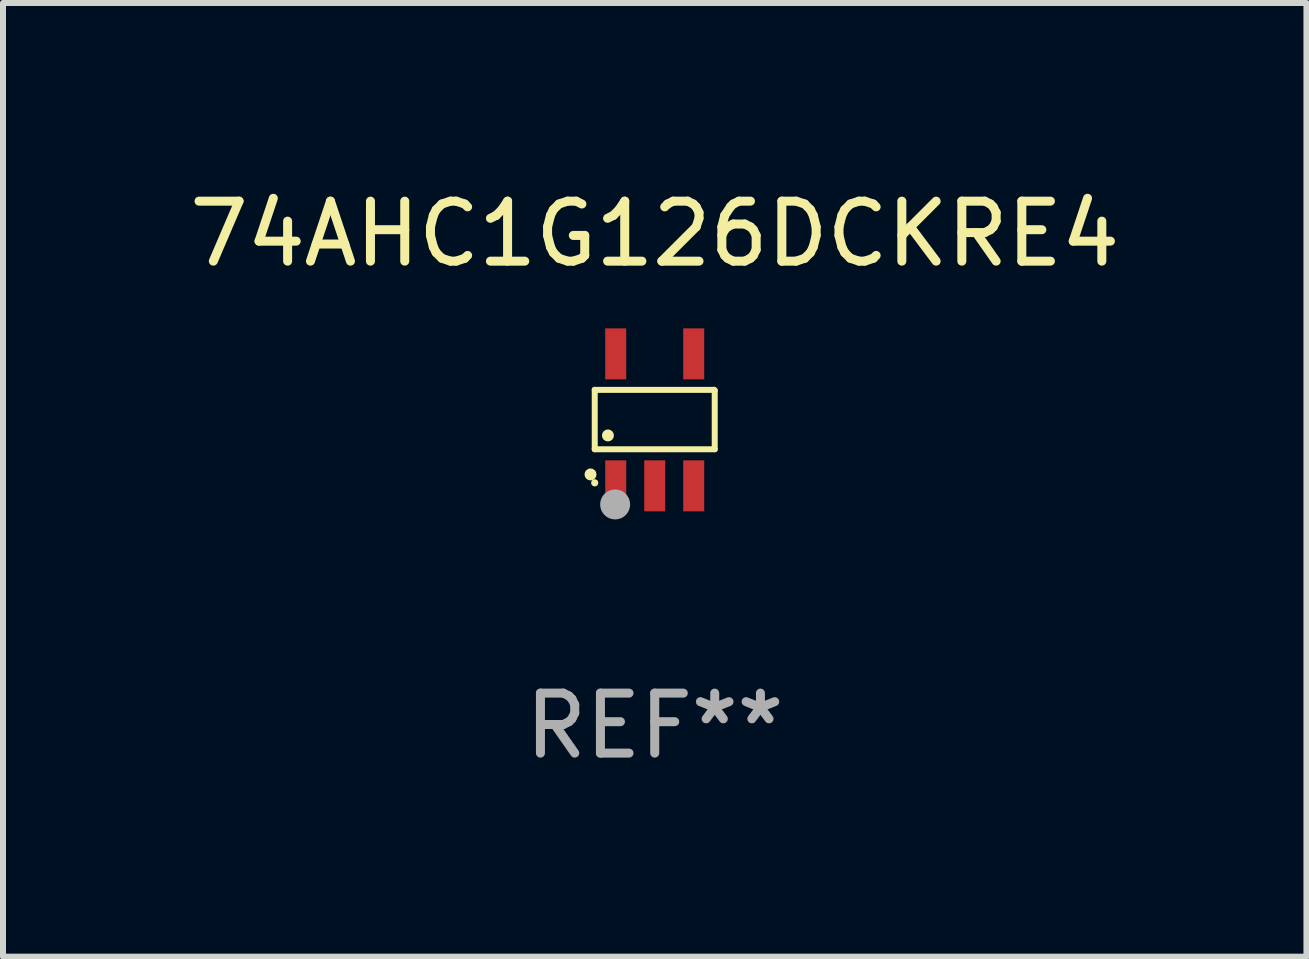
<source format=kicad_pcb>
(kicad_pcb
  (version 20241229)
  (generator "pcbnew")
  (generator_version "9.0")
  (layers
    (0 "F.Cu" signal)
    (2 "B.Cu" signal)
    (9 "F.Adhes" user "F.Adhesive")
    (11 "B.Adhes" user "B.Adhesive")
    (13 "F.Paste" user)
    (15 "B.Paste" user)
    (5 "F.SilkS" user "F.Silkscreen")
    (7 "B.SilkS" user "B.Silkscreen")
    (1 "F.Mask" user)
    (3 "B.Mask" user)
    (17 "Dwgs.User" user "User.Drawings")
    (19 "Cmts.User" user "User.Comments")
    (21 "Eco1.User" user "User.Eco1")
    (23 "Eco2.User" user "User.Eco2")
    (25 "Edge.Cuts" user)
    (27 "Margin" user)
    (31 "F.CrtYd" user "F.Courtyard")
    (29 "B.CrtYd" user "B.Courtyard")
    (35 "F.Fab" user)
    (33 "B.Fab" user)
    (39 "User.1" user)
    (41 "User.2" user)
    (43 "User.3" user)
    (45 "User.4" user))
  (footprint "74AHC1G126DCKRE4"
    (layer "F.Cu")
    (at 7.863 3.948)
    (property "Reference" "74AHC1G126DCKRE4" (at 0 -3.1 0) (layer "F.SilkS") (effects (font (size 1 1) (thickness 0.15))))
    (attr through_hole)
    (fp_line (start -1 -0.5) (end -1 0.49) (stroke (width 0.1) (type solid)) (layer "F.SilkS"))
    (fp_line (start -1 0.49) (end 1 0.49) (stroke (width 0.1) (type solid)) (layer "F.SilkS"))
    (fp_line (start 0.99 -0.5) (end -1 -0.5) (stroke (width 0.1) (type solid)) (layer "F.SilkS"))
    (fp_line (start 1 -0.49) (end 0.99 -0.5) (stroke (width 0.1) (type solid)) (layer "F.SilkS"))
    (fp_line (start 1 0.49) (end 1 -0.49) (stroke (width 0.1) (type solid)) (layer "F.SilkS"))
    (fp_circle (center -1.07 0.91) (end -1.02 0.91) (stroke (width 0.1) (type solid)) (fill no) (layer "F.SilkS"))
    (fp_circle (center -1 1.05) (end -0.97 1.05) (stroke (width 0.06) (type solid)) (fill no) (layer "F.SilkS"))
    (fp_circle (center -0.78 0.26) (end -0.73 0.26) (stroke (width 0.1) (type solid)) (fill no) (layer "F.SilkS"))
    (fp_circle (center -0.66 1.41) (end -0.535 1.41) (stroke (width 0.25) (type solid)) (fill no) (layer "F.Fab"))
    (fp_text user "REF**" (at 0 5.1 0) (layer "F.Fab") (effects (font (size 1 1) (thickness 0.15))))
    (pad "1" smd rect (at -0.65 1.1) (size 0.35 0.85) (layers "F.Cu" "F.Mask" "F.Paste"))
    (pad "2" smd rect (at 0.000051 1.1) (size 0.35 0.85) (layers "F.Cu" "F.Mask" "F.Paste"))
    (pad "3" smd rect (at 0.65 1.1) (size 0.35 0.85) (layers "F.Cu" "F.Mask" "F.Paste"))
    (pad "4" smd rect (at 0.65 -1.1) (size 0.35 0.85) (layers "F.Cu" "F.Mask" "F.Paste"))
    (pad "5" smd rect (at -0.65 -1.1) (size 0.35 0.85) (layers "F.Cu" "F.Mask" "F.Paste")))
  (gr_rect
    (start -3 -3)
    (end 18.726 12.896)
    (stroke (width 0.1) (type default))
    (fill no)
    (layer "Edge.Cuts")))
</source>
